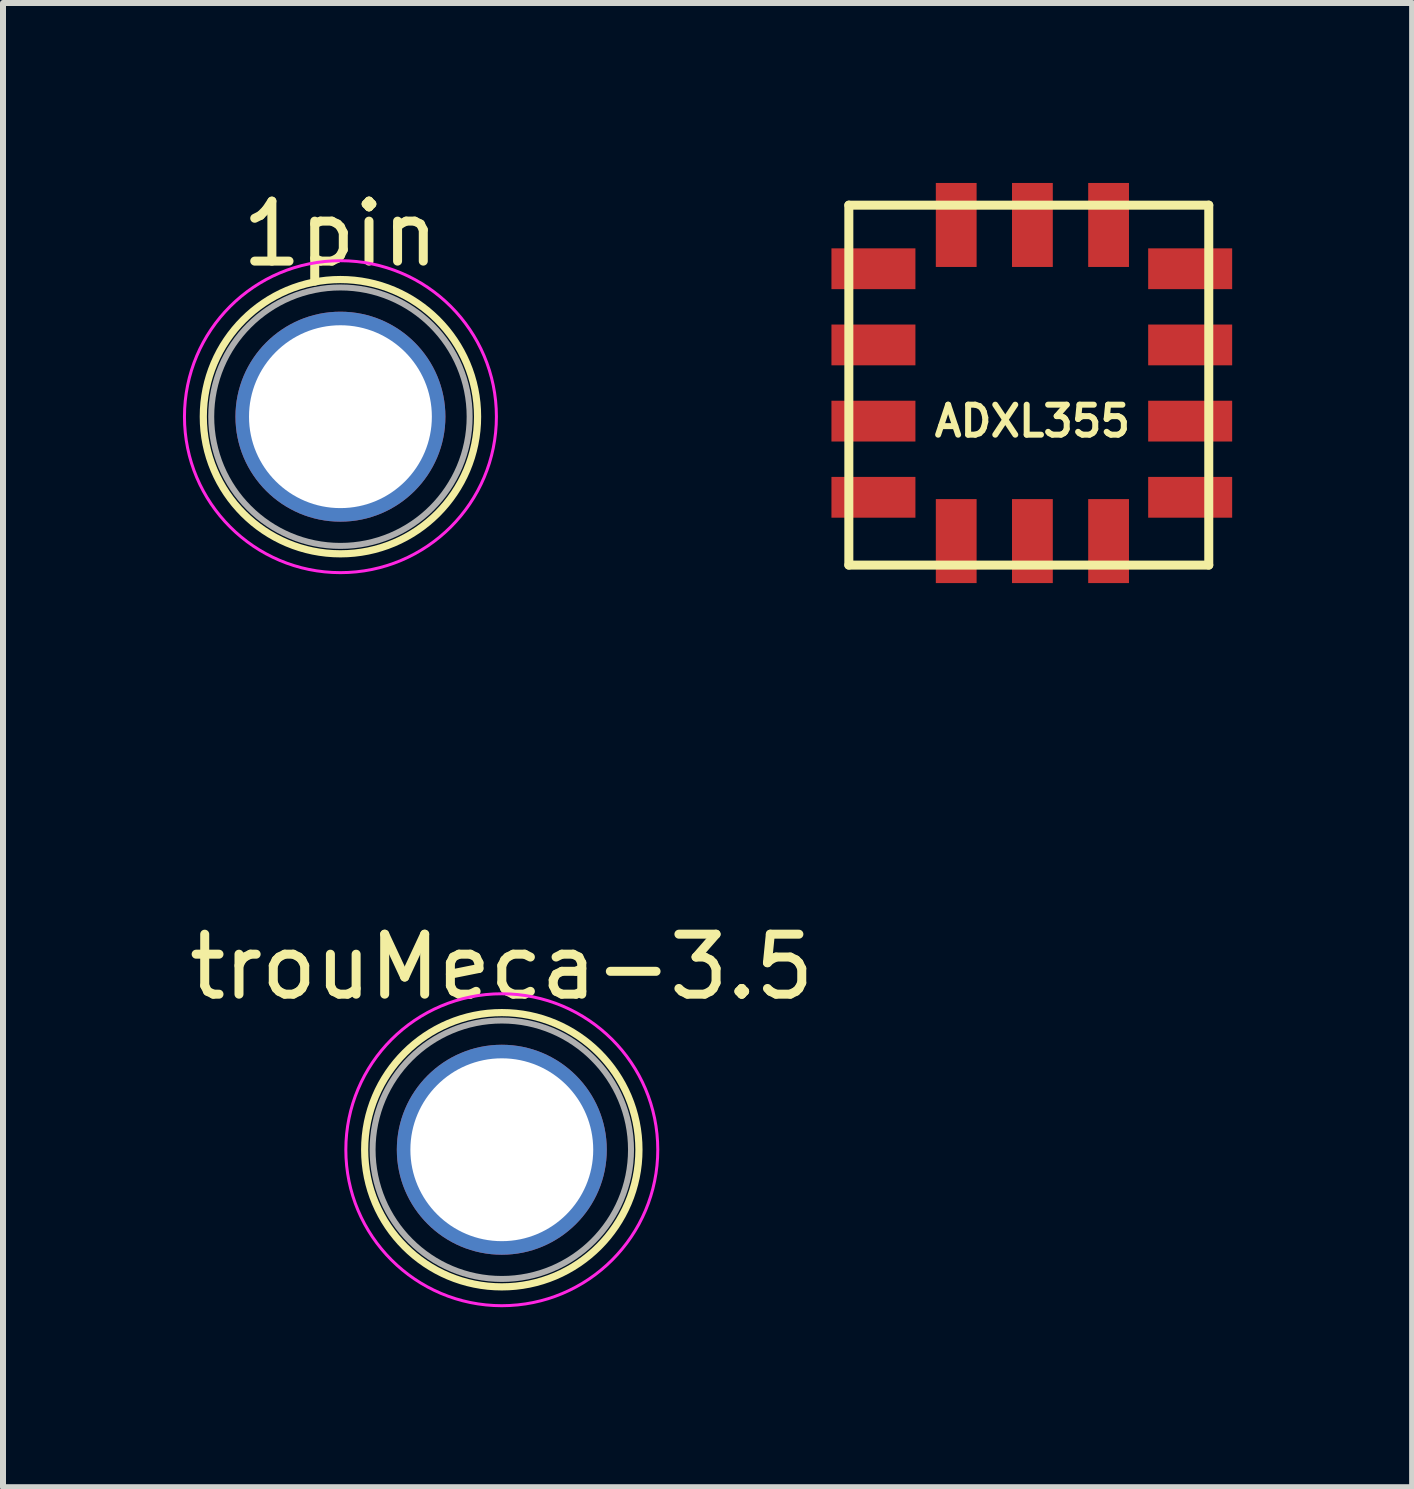
<source format=kicad_pcb>
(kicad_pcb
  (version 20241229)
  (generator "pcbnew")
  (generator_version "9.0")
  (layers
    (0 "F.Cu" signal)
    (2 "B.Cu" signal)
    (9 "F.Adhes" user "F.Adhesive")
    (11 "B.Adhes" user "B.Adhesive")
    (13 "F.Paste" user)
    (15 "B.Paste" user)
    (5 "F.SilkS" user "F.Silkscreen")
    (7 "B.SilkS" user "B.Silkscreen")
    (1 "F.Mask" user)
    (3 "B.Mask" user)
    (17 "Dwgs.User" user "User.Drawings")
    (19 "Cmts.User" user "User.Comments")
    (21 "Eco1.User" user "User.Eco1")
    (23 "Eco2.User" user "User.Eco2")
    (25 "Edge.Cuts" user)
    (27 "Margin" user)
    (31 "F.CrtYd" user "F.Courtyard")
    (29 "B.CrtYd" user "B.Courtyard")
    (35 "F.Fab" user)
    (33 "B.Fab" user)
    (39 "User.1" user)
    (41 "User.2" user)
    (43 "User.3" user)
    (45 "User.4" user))
  (footprint "ADXL355"
    (layer "F.Cu")
    (at 8.5 8.97)
    (property "Reference" "ADXL355" (at 5.66 -5 0) (layer "F.SilkS") (effects (font (size 0.5 0.5) (thickness 0.1))))
    (attr through_hole)
    (fp_line (start 2.6 -8.6) (end 2.6 -2.6) (stroke (width 0.15) (type solid)) (layer "F.SilkS"))
    (fp_line (start 2.6 -8.6) (end 8.6 -8.6) (stroke (width 0.15) (type solid)) (layer "F.SilkS"))
    (fp_line (start 2.6 -2.6) (end 8.6 -2.6) (stroke (width 0.15) (type solid)) (layer "F.SilkS"))
    (fp_line (start 8.6 -8.6) (end 8.6 -2.6) (stroke (width 0.15) (type solid)) (layer "F.SilkS"))
    (pad "1" smd rect (at 3.12 -7.54) (size 1.4 0.68) (drill (offset -0.11 0)) (layers "F.Cu" "F.Mask" "F.Paste"))
    (pad "2" smd rect (at 3.12 -6.27) (size 1.4 0.68) (drill (offset -0.11 0)) (layers "F.Cu" "F.Mask" "F.Paste"))
    (pad "3" smd rect (at 3.12 -5) (size 1.4 0.68) (drill (offset -0.11 0)) (layers "F.Cu" "F.Mask" "F.Paste"))
    (pad "4" smd rect (at 3.12 -3.73) (size 1.4 0.68) (drill (offset -0.11 0)) (layers "F.Cu" "F.Mask" "F.Paste"))
    (pad "5" smd rect (at 4.39 -2.46 270) (size 1.4 0.68) (drill (offset -0.54 0)) (layers "F.Cu" "F.Mask" "F.Paste"))
    (pad "6" smd rect (at 5.66 -2.46 270) (size 1.4 0.68) (drill (offset -0.54 0)) (layers "F.Cu" "F.Mask" "F.Paste"))
    (pad "7" smd rect (at 6.93 -2.46 270) (size 1.4 0.68) (drill (offset -0.54 0)) (layers "F.Cu" "F.Mask" "F.Paste"))
    (pad "8" smd rect (at 8.2 -3.73) (size 1.4 0.68) (drill (offset 0.09 0)) (layers "F.Cu" "F.Mask" "F.Paste"))
    (pad "9" smd rect (at 8.2 -5) (size 1.4 0.68) (drill (offset 0.09 0)) (layers "F.Cu" "F.Mask" "F.Paste"))
    (pad "10" smd rect (at 8.2 -6.27) (size 1.4 0.68) (drill (offset 0.09 0)) (layers "F.Cu" "F.Mask" "F.Paste"))
    (pad "11" smd rect (at 8.2 -7.54) (size 1.4 0.68) (drill (offset 0.09 0)) (layers "F.Cu" "F.Mask" "F.Paste"))
    (pad "12" smd rect (at 6.93 -8.81 90) (size 1.4 0.68) (drill (offset -0.54 0)) (layers "F.Cu" "F.Mask" "F.Paste"))
    (pad "13" smd rect (at 5.66 -8.81 90) (size 1.4 0.68) (drill (offset -0.54 0)) (layers "F.Cu" "F.Mask" "F.Paste"))
    (pad "14" smd rect (at 4.39 -8.81 90) (size 1.4 0.68) (drill (offset -0.54 0)) (layers "F.Cu" "F.Mask" "F.Paste")))
  (footprint "1pin"
    (layer "F.Cu")
    (at 2.625 3.896)
    (property "Reference" "1pin" (at 0 -3.048 0) (layer "F.SilkS") (effects (font (size 1 1) (thickness 0.15))))
    (attr through_hole)
    (fp_circle (center 0 0) (end 0 -2.286) (stroke (width 0.12) (type solid)) (fill no) (layer "F.SilkS"))
    (fp_circle (center 0 0) (end 2.6 0) (stroke (width 0.05) (type solid)) (fill no) (layer "F.CrtYd"))
    (fp_circle (center 0 0) (end 2 0.8) (stroke (width 0.1) (type solid)) (fill no) (layer "F.Fab"))
    (pad "1" thru_hole circle (at 0 0) (size 3.5 3.5) (drill 3.048) (layers "*.Cu" "*.Mask")))
  (footprint "trouMeca-3.5"
    (layer "F.Cu")
    (at 5.315 16.116)
    (property "Reference" "trouMeca-3.5" (at 0 -3.048 0) (layer "F.SilkS") (effects (font (size 1 1) (thickness 0.15))))
    (attr through_hole)
    (fp_circle (center 0 0) (end 0 -2.286) (stroke (width 0.12) (type solid)) (fill no) (layer "F.SilkS"))
    (fp_circle (center 0 0) (end 2.6 0) (stroke (width 0.05) (type solid)) (fill no) (layer "F.CrtYd"))
    (fp_circle (center 0 0) (end 2 0.8) (stroke (width 0.1) (type solid)) (fill no) (layer "F.Fab"))
    (pad "1" thru_hole circle (at 0 0) (size 3.5 3.5) (drill 3.048) (layers "*.Cu" "*.Mask")))
  (gr_rect
    (start -3 -3)
    (end 20.49 21.741)
    (stroke (width 0.1) (type default))
    (fill no)
    (layer "Edge.Cuts")))
</source>
